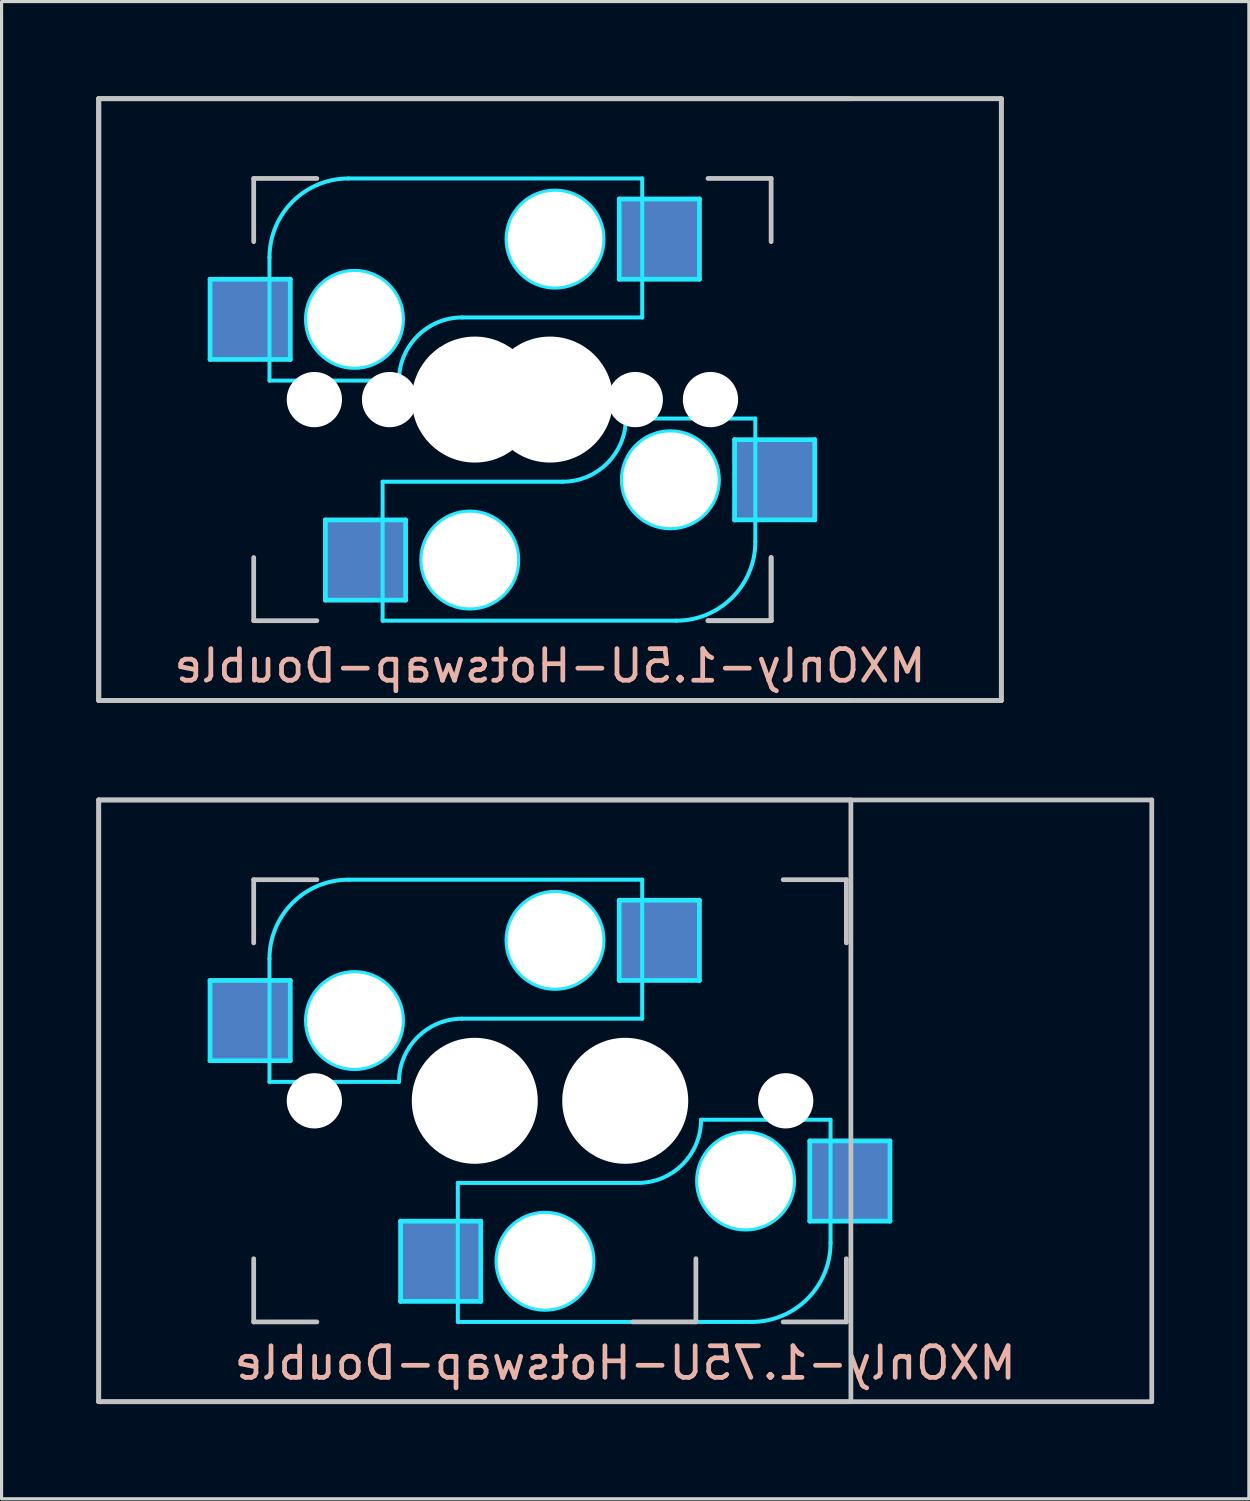
<source format=kicad_pcb>
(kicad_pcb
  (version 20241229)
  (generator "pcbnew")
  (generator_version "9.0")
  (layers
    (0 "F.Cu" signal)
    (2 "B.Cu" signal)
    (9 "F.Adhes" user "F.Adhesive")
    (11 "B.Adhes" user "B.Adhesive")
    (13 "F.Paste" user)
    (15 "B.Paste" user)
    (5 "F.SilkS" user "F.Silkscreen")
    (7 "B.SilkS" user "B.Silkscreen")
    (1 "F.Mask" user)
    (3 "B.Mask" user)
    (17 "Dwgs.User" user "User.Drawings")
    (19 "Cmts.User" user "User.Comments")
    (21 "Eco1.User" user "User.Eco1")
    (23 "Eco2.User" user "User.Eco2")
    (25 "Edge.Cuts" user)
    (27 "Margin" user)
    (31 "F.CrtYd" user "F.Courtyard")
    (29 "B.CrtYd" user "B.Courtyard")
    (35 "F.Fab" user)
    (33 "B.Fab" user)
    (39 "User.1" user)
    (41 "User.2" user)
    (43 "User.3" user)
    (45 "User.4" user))
  (footprint "MXOnly-1.5U-Hotswap-Double"
    (layer "F.Cu")
    (at 14.363 12.775)
    (property "Reference" "MXOnly-1.5U-Hotswap-Double" (at 0 5.255 0) (unlocked yes) (layer "B.SilkS") (effects (font (size 1 1) (thickness 0.15)) (justify mirror)))
    (attr smd)
    (fp_line (start -14.287 -12.7) (end 9.525 -12.7) (stroke (width 0.15) (type solid)) (layer "Dwgs.User"))
    (fp_line (start -14.287 -12.7) (end 14.287 -12.7) (stroke (width 0.15) (type solid)) (layer "Dwgs.User"))
    (fp_line (start -14.287 -12.7) (end 14.287 -12.7) (stroke (width 0.15) (type solid)) (layer "Dwgs.User"))
    (fp_line (start -14.287 6.35) (end -14.287 -12.7) (stroke (width 0.15) (type solid)) (layer "Dwgs.User"))
    (fp_line (start -14.287 6.35) (end -14.287 -12.7) (stroke (width 0.15) (type solid)) (layer "Dwgs.User"))
    (fp_line (start -14.287 6.35) (end -14.287 -12.7) (stroke (width 0.15) (type solid)) (layer "Dwgs.User"))
    (fp_line (start -9.381 -10.175) (end -9.381 -8.175) (stroke (width 0.15) (type solid)) (layer "Dwgs.User"))
    (fp_line (start -9.381 1.825) (end -9.381 3.825) (stroke (width 0.15) (type solid)) (layer "Dwgs.User"))
    (fp_line (start -9.381 3.825) (end -7.381 3.825) (stroke (width 0.15) (type solid)) (layer "Dwgs.User"))
    (fp_line (start -7.381 -10.175) (end -9.381 -10.175) (stroke (width 0.15) (type solid)) (layer "Dwgs.User"))
    (fp_line (start 5 3.825) (end 7 3.825) (stroke (width 0.15) (type solid)) (layer "Dwgs.User"))
    (fp_line (start 5 3.825) (end 7 3.825) (stroke (width 0.15) (type solid)) (layer "Dwgs.User"))
    (fp_line (start 7 -10.175) (end 5 -10.175) (stroke (width 0.15) (type solid)) (layer "Dwgs.User"))
    (fp_line (start 7 -8.175) (end 7 -10.175) (stroke (width 0.15) (type solid)) (layer "Dwgs.User"))
    (fp_line (start 7 3.825) (end 7 1.825) (stroke (width 0.15) (type solid)) (layer "Dwgs.User"))
    (fp_line (start 7 3.825) (end 7 1.825) (stroke (width 0.15) (type solid)) (layer "Dwgs.User"))
    (fp_line (start 9.525 6.35) (end -14.287 6.35) (stroke (width 0.15) (type solid)) (layer "Dwgs.User"))
    (fp_line (start 14.287 -12.7) (end 14.287 6.35) (stroke (width 0.15) (type solid)) (layer "Dwgs.User"))
    (fp_line (start 14.287 -12.7) (end 14.287 6.35) (stroke (width 0.15) (type solid)) (layer "Dwgs.User"))
    (fp_line (start 14.287 6.35) (end -14.287 6.35) (stroke (width 0.15) (type solid)) (layer "Dwgs.User"))
    (fp_line (start 14.287 6.35) (end -14.287 6.35) (stroke (width 0.15) (type solid)) (layer "Dwgs.User"))
    (fp_line (start -10.763 -6.985) (end -8.223 -6.985) (stroke (width 0.15) (type solid)) (layer "B.CrtYd"))
    (fp_line (start -10.763 -4.445) (end -10.763 -6.985) (stroke (width 0.15) (type solid)) (layer "B.CrtYd"))
    (fp_line (start -8.881 -7.675) (end -8.881 -3.775) (stroke (width 0.127) (type solid)) (layer "B.CrtYd"))
    (fp_line (start -8.881 -3.775) (end -4.781 -3.775) (stroke (width 0.127) (type solid)) (layer "B.CrtYd"))
    (fp_line (start -8.223 -6.985) (end -8.223 -4.445) (stroke (width 0.15) (type solid)) (layer "B.CrtYd"))
    (fp_line (start -8.223 -4.445) (end -10.763 -4.445) (stroke (width 0.15) (type solid)) (layer "B.CrtYd"))
    (fp_line (start -7.112 0.635) (end -4.572 0.635) (stroke (width 0.15) (type solid)) (layer "B.CrtYd"))
    (fp_line (start -7.112 3.175) (end -7.112 0.635) (stroke (width 0.15) (type solid)) (layer "B.CrtYd"))
    (fp_line (start -5.3 3.825) (end -5.3 -0.575) (stroke (width 0.127) (type solid)) (layer "B.CrtYd"))
    (fp_line (start -5.3 3.825) (end 4 3.825) (stroke (width 0.127) (type solid)) (layer "B.CrtYd"))
    (fp_line (start -4.572 0.635) (end -4.572 3.175) (stroke (width 0.15) (type solid)) (layer "B.CrtYd"))
    (fp_line (start -4.572 3.175) (end -7.112 3.175) (stroke (width 0.15) (type solid)) (layer "B.CrtYd"))
    (fp_line (start -2.781 -5.775) (end 2.919 -5.775) (stroke (width 0.127) (type solid)) (layer "B.CrtYd"))
    (fp_line (start 0.4 -0.575) (end -5.3 -0.575) (stroke (width 0.127) (type solid)) (layer "B.CrtYd"))
    (fp_line (start 2.191 -9.525) (end 4.731 -9.525) (stroke (width 0.15) (type solid)) (layer "B.CrtYd"))
    (fp_line (start 2.191 -6.985) (end 2.191 -9.525) (stroke (width 0.15) (type solid)) (layer "B.CrtYd"))
    (fp_line (start 2.919 -10.175) (end -6.381 -10.175) (stroke (width 0.127) (type solid)) (layer "B.CrtYd"))
    (fp_line (start 2.919 -10.175) (end 2.919 -5.775) (stroke (width 0.127) (type solid)) (layer "B.CrtYd"))
    (fp_line (start 4.731 -9.525) (end 4.731 -6.985) (stroke (width 0.15) (type solid)) (layer "B.CrtYd"))
    (fp_line (start 4.731 -6.985) (end 2.191 -6.985) (stroke (width 0.15) (type solid)) (layer "B.CrtYd"))
    (fp_line (start 5.842 -1.905) (end 8.382 -1.905) (stroke (width 0.15) (type solid)) (layer "B.CrtYd"))
    (fp_line (start 5.842 0.635) (end 5.842 -1.905) (stroke (width 0.15) (type solid)) (layer "B.CrtYd"))
    (fp_line (start 6.5 -2.575) (end 2.4 -2.575) (stroke (width 0.127) (type solid)) (layer "B.CrtYd"))
    (fp_line (start 6.5 1.325) (end 6.5 -2.575) (stroke (width 0.127) (type solid)) (layer "B.CrtYd"))
    (fp_line (start 8.382 -1.905) (end 8.382 0.635) (stroke (width 0.15) (type solid)) (layer "B.CrtYd"))
    (fp_line (start 8.382 0.635) (end 5.842 0.635) (stroke (width 0.15) (type solid)) (layer "B.CrtYd"))
    (fp_arc (start -8.88125 -7.675) (mid -8.149017 -9.442767) (end -6.38125 -10.175) (stroke (width 0.127) (type solid)) (layer "B.CrtYd"))
    (fp_arc (start -4.78125 -3.775) (mid -4.195464 -5.189214) (end -2.78125 -5.775) (stroke (width 0.127) (type solid)) (layer "B.CrtYd"))
    (fp_arc (start 2.4 -2.575) (mid 1.814214 -1.160786) (end 0.4 -0.575) (stroke (width 0.127) (type solid)) (layer "B.CrtYd"))
    (fp_arc (start 6.5 1.325) (mid 5.767767 3.092767) (end 4 3.825) (stroke (width 0.127) (type solid)) (layer "B.CrtYd"))
    (fp_circle (center -6.191 -5.715) (end -6.191 -7.239) (stroke (width 0.15) (type solid)) (fill no) (layer "B.CrtYd"))
    (fp_circle (center -2.54 1.905) (end -2.54 3.429) (stroke (width 0.15) (type solid)) (fill no) (layer "B.CrtYd"))
    (fp_circle (center 0.159 -8.255) (end 0.159 -9.779) (stroke (width 0.15) (type solid)) (fill no) (layer "B.CrtYd"))
    (fp_circle (center 3.81 -0.635) (end 3.81 0.889) (stroke (width 0.15) (type solid)) (fill no) (layer "B.CrtYd"))
    (pad "" np_thru_hole circle (at -7.461 -3.175 48.1) (size 1.75 1.75) (drill 1.75) (layers "*.Cu" "*.Mask"))
    (pad "" np_thru_hole circle (at -6.191 -5.715) (size 3 3) (drill 3) (layers "*.Cu" "*.Mask"))
    (pad "" np_thru_hole circle (at -5.08 -3.175 228.1) (size 1.75 1.75) (drill 1.75) (layers "*.Cu" "*.Mask"))
    (pad "" np_thru_hole circle (at -2.54 1.905 180) (size 3 3) (drill 3) (layers "*.Cu" "*.Mask"))
    (pad "" np_thru_hole circle (at -2.381 -3.175) (size 3.988 3.988) (drill 3.988) (layers "*.Cu" "*.Mask"))
    (pad "" np_thru_hole circle (at 0 -3.175 180) (size 3.988 3.988) (drill 3.988) (layers "*.Cu" "*.Mask"))
    (pad "" np_thru_hole circle (at 0.159 -8.255) (size 3 3) (drill 3) (layers "*.Cu" "*.Mask"))
    (pad "" np_thru_hole circle (at 2.699 -3.175 48.1) (size 1.75 1.75) (drill 1.75) (layers "*.Cu" "*.Mask"))
    (pad "" np_thru_hole circle (at 3.81 -0.635 180) (size 3 3) (drill 3) (layers "*.Cu" "*.Mask"))
    (pad "" np_thru_hole circle (at 5.08 -3.175 228.1) (size 1.75 1.75) (drill 1.75) (layers "*.Cu" "*.Mask"))
    (pad "1" smd rect (at -9.466 -5.715) (size 2.55 2.5) (layers "B.Cu" "B.Mask" "B.Paste"))
    (pad "1" smd rect (at 7.085 -0.635 180) (size 2.55 2.5) (layers "B.Cu" "B.Mask" "B.Paste"))
    (pad "2" smd rect (at -5.842 1.905 180) (size 2.55 2.5) (layers "B.Cu" "B.Mask" "B.Paste"))
    (pad "2" smd rect (at 3.461 -8.255) (size 2.55 2.5) (layers "B.Cu" "B.Mask" "B.Paste")))
  (footprint "MXOnly-1.75U-Hotswap-Double"
    (layer "F.Cu")
    (at 16.744 31.8)
    (property "Reference" "MXOnly-1.75U-Hotswap-Double" (at 0 8.3 0) (unlocked yes) (layer "B.SilkS") (effects (font (size 1 1) (thickness 0.15)) (justify mirror)))
    (attr smd)
    (fp_line (start -16.669 -9.525) (end 7.144 -9.525) (stroke (width 0.15) (type solid)) (layer "Dwgs.User"))
    (fp_line (start -16.669 -9.525) (end 16.669 -9.525) (stroke (width 0.15) (type solid)) (layer "Dwgs.User"))
    (fp_line (start -16.669 9.525) (end -16.669 -9.525) (stroke (width 0.15) (type solid)) (layer "Dwgs.User"))
    (fp_line (start -16.669 9.525) (end -16.669 -9.525) (stroke (width 0.15) (type solid)) (layer "Dwgs.User"))
    (fp_line (start -11.762 -7) (end -11.762 -5) (stroke (width 0.15) (type solid)) (layer "Dwgs.User"))
    (fp_line (start -11.762 5) (end -11.762 7) (stroke (width 0.15) (type solid)) (layer "Dwgs.User"))
    (fp_line (start -11.762 7) (end -9.762 7) (stroke (width 0.15) (type solid)) (layer "Dwgs.User"))
    (fp_line (start -9.762 -7) (end -11.762 -7) (stroke (width 0.15) (type solid)) (layer "Dwgs.User"))
    (fp_line (start 0.237 7) (end 2.237 7) (stroke (width 0.15) (type solid)) (layer "Dwgs.User"))
    (fp_line (start 2.237 7) (end 2.237 5) (stroke (width 0.15) (type solid)) (layer "Dwgs.User"))
    (fp_line (start 5 7) (end 7 7) (stroke (width 0.15) (type solid)) (layer "Dwgs.User"))
    (fp_line (start 7 -7) (end 5 -7) (stroke (width 0.15) (type solid)) (layer "Dwgs.User"))
    (fp_line (start 7 -5) (end 7 -7) (stroke (width 0.15) (type solid)) (layer "Dwgs.User"))
    (fp_line (start 7 7) (end 7 5) (stroke (width 0.15) (type solid)) (layer "Dwgs.User"))
    (fp_line (start 7.144 -9.525) (end 7.144 9.525) (stroke (width 0.15) (type solid)) (layer "Dwgs.User"))
    (fp_line (start 7.144 9.525) (end -16.669 9.525) (stroke (width 0.15) (type solid)) (layer "Dwgs.User"))
    (fp_line (start 16.669 -9.525) (end 16.669 9.525) (stroke (width 0.15) (type solid)) (layer "Dwgs.User"))
    (fp_line (start 16.669 9.525) (end -16.669 9.525) (stroke (width 0.15) (type solid)) (layer "Dwgs.User"))
    (fp_line (start -13.145 -3.81) (end -10.604 -3.81) (stroke (width 0.15) (type solid)) (layer "B.CrtYd"))
    (fp_line (start -13.145 -1.27) (end -13.145 -3.81) (stroke (width 0.15) (type solid)) (layer "B.CrtYd"))
    (fp_line (start -11.262 -4.5) (end -11.262 -0.6) (stroke (width 0.127) (type solid)) (layer "B.CrtYd"))
    (fp_line (start -11.262 -0.6) (end -7.162 -0.6) (stroke (width 0.127) (type solid)) (layer "B.CrtYd"))
    (fp_line (start -10.604 -3.81) (end -10.604 -1.27) (stroke (width 0.15) (type solid)) (layer "B.CrtYd"))
    (fp_line (start -10.604 -1.27) (end -13.145 -1.27) (stroke (width 0.15) (type solid)) (layer "B.CrtYd"))
    (fp_line (start -7.112 3.81) (end -4.572 3.81) (stroke (width 0.15) (type solid)) (layer "B.CrtYd"))
    (fp_line (start -7.112 6.35) (end -7.112 3.81) (stroke (width 0.15) (type solid)) (layer "B.CrtYd"))
    (fp_line (start -5.3 7) (end -5.3 2.6) (stroke (width 0.127) (type solid)) (layer "B.CrtYd"))
    (fp_line (start -5.3 7) (end 4 7) (stroke (width 0.127) (type solid)) (layer "B.CrtYd"))
    (fp_line (start -5.162 -2.6) (end 0.537 -2.6) (stroke (width 0.127) (type solid)) (layer "B.CrtYd"))
    (fp_line (start -4.572 3.81) (end -4.572 6.35) (stroke (width 0.15) (type solid)) (layer "B.CrtYd"))
    (fp_line (start -4.572 6.35) (end -7.112 6.35) (stroke (width 0.15) (type solid)) (layer "B.CrtYd"))
    (fp_line (start -0.191 -6.35) (end 2.349 -6.35) (stroke (width 0.15) (type solid)) (layer "B.CrtYd"))
    (fp_line (start -0.191 -3.81) (end -0.191 -6.35) (stroke (width 0.15) (type solid)) (layer "B.CrtYd"))
    (fp_line (start 0.4 2.6) (end -5.3 2.6) (stroke (width 0.127) (type solid)) (layer "B.CrtYd"))
    (fp_line (start 0.537 -7) (end -8.762 -7) (stroke (width 0.127) (type solid)) (layer "B.CrtYd"))
    (fp_line (start 0.537 -7) (end 0.537 -2.6) (stroke (width 0.127) (type solid)) (layer "B.CrtYd"))
    (fp_line (start 2.349 -6.35) (end 2.349 -3.81) (stroke (width 0.15) (type solid)) (layer "B.CrtYd"))
    (fp_line (start 2.349 -3.81) (end -0.191 -3.81) (stroke (width 0.15) (type solid)) (layer "B.CrtYd"))
    (fp_line (start 5.842 1.27) (end 8.382 1.27) (stroke (width 0.15) (type solid)) (layer "B.CrtYd"))
    (fp_line (start 5.842 3.81) (end 5.842 1.27) (stroke (width 0.15) (type solid)) (layer "B.CrtYd"))
    (fp_line (start 6.5 0.6) (end 2.4 0.6) (stroke (width 0.127) (type solid)) (layer "B.CrtYd"))
    (fp_line (start 6.5 4.5) (end 6.5 0.6) (stroke (width 0.127) (type solid)) (layer "B.CrtYd"))
    (fp_line (start 8.382 1.27) (end 8.382 3.81) (stroke (width 0.15) (type solid)) (layer "B.CrtYd"))
    (fp_line (start 8.382 3.81) (end 5.842 3.81) (stroke (width 0.15) (type solid)) (layer "B.CrtYd"))
    (fp_arc (start -11.2625 -4.5) (mid -10.530267 -6.267767) (end -8.7625 -7) (stroke (width 0.127) (type solid)) (layer "B.CrtYd"))
    (fp_arc (start -7.1625 -0.6) (mid -6.576714 -2.014214) (end -5.1625 -2.6) (stroke (width 0.127) (type solid)) (layer "B.CrtYd"))
    (fp_arc (start 2.4 0.6) (mid 1.814214 2.014214) (end 0.4 2.6) (stroke (width 0.127) (type solid)) (layer "B.CrtYd"))
    (fp_arc (start 6.5 4.5) (mid 5.767767 6.267767) (end 4 7) (stroke (width 0.127) (type solid)) (layer "B.CrtYd"))
    (fp_circle (center -8.572 -2.54) (end -8.572 -4.064) (stroke (width 0.15) (type solid)) (fill no) (layer "B.CrtYd"))
    (fp_circle (center -2.54 5.08) (end -2.54 6.604) (stroke (width 0.15) (type solid)) (fill no) (layer "B.CrtYd"))
    (fp_circle (center -2.223 -5.08) (end -2.223 -6.604) (stroke (width 0.15) (type solid)) (fill no) (layer "B.CrtYd"))
    (fp_circle (center 3.81 2.54) (end 3.81 4.064) (stroke (width 0.15) (type solid)) (fill no) (layer "B.CrtYd"))
    (pad "" np_thru_hole circle (at -9.842 0 48.1) (size 1.75 1.75) (drill 1.75) (layers "*.Cu" "*.Mask"))
    (pad "" np_thru_hole circle (at -8.572 -2.54) (size 3 3) (drill 3) (layers "*.Cu" "*.Mask"))
    (pad "" np_thru_hole circle (at -5.08 0 228.1) (size 1.75 1.75) (drill 1.75) (layers "*.Cu" "*.Mask"))
    (pad "" np_thru_hole circle (at -4.763 0) (size 3.988 3.988) (drill 3.988) (layers "*.Cu" "*.Mask"))
    (pad "" np_thru_hole circle (at -2.54 5.08 180) (size 3 3) (drill 3) (layers "*.Cu" "*.Mask"))
    (pad "" np_thru_hole circle (at -2.223 -5.08) (size 3 3) (drill 3) (layers "*.Cu" "*.Mask"))
    (pad "" np_thru_hole circle (at 0 0 180) (size 3.988 3.988) (drill 3.988) (layers "*.Cu" "*.Mask"))
    (pad "" np_thru_hole circle (at 0.318 0 48.1) (size 1.75 1.75) (drill 1.75) (layers "*.Cu" "*.Mask"))
    (pad "" np_thru_hole circle (at 3.81 2.54 180) (size 3 3) (drill 3) (layers "*.Cu" "*.Mask"))
    (pad "" np_thru_hole circle (at 5.08 0 228.1) (size 1.75 1.75) (drill 1.75) (layers "*.Cu" "*.Mask"))
    (pad "1" smd rect (at -11.848 -2.54) (size 2.55 2.5) (layers "B.Cu" "B.Mask" "B.Paste"))
    (pad "1" smd rect (at 7.085 2.54 180) (size 2.55 2.5) (layers "B.Cu" "B.Mask" "B.Paste"))
    (pad "2" smd rect (at -5.842 5.08 180) (size 2.55 2.5) (layers "B.Cu" "B.Mask" "B.Paste"))
    (pad "2" smd rect (at 1.079 -5.08) (size 2.55 2.5) (layers "B.Cu" "B.Mask" "B.Paste")))
  (gr_rect
    (start -3 -3)
    (end 36.487 44.4)
    (stroke (width 0.1) (type default))
    (fill no)
    (layer "Edge.Cuts")))
</source>
